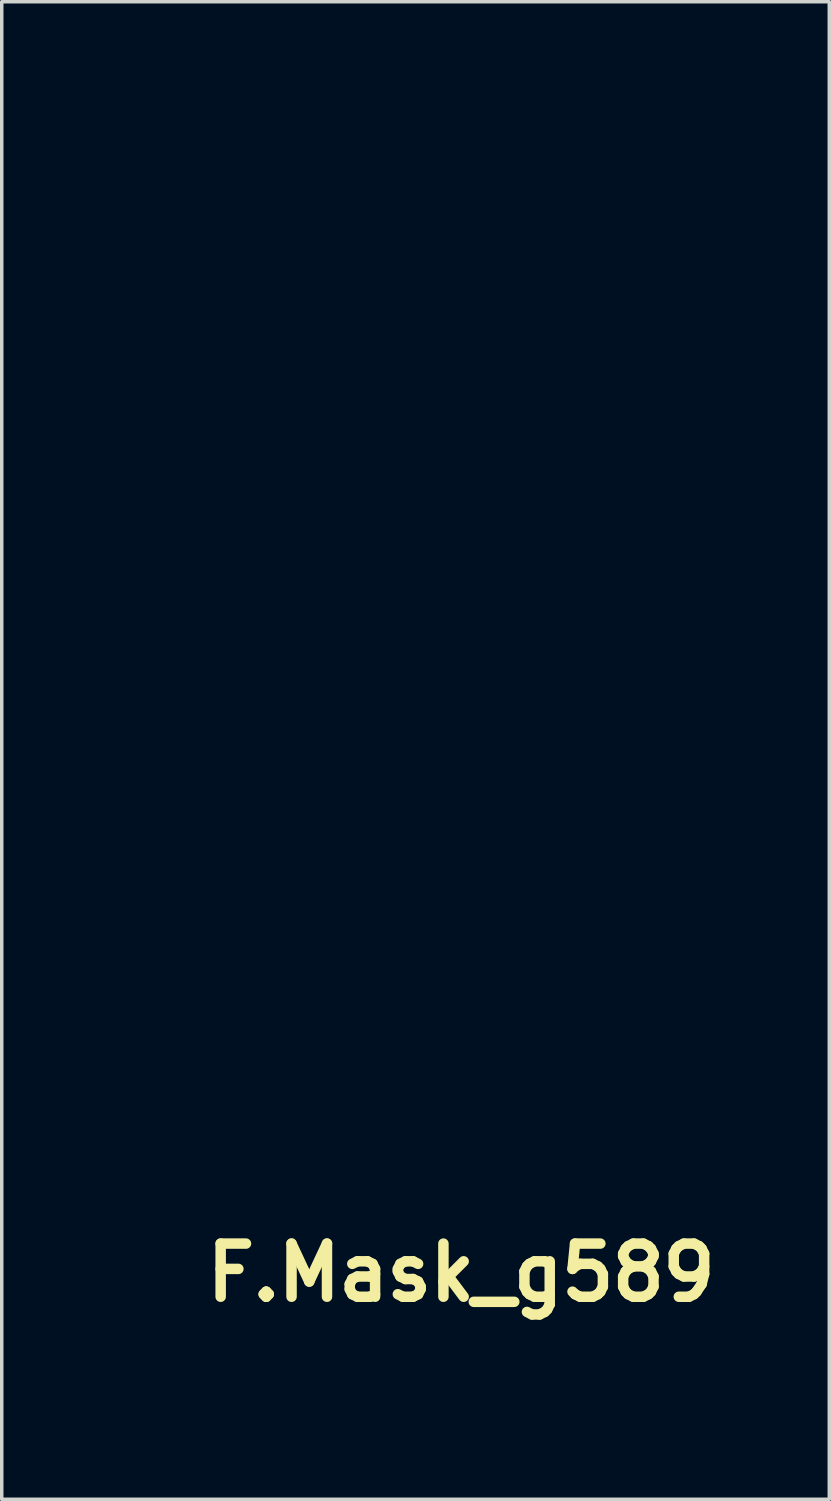
<source format=kicad_pcb>
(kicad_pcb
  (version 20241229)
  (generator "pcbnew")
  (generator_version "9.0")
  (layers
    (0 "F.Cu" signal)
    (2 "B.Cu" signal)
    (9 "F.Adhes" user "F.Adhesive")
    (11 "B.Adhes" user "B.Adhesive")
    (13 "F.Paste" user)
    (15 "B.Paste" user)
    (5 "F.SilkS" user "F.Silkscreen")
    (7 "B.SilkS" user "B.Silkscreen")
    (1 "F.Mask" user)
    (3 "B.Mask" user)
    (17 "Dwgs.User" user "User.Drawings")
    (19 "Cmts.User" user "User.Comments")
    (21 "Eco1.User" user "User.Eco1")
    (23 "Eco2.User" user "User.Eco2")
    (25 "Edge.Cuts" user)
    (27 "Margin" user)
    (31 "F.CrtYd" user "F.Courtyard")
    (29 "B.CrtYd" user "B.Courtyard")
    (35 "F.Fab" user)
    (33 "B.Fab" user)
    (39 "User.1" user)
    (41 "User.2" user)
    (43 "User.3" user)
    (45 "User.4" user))
  (footprint "F.Mask_g589"
    (layer "F.Cu")
    (at 10.171 33.439)
    (property "Reference" "F.Mask_g589" (at 0 0 0) (layer "F.SilkS") (effects (font (size 1.524 1.524) (thickness 0.3))))
    (attr through_hole)
    (fp_poly (pts (xy 1.789 -26.363) (xy 1.922 -26.369) (xy 1.993 -26.372) (xy 2.031 -26.366) (xy 2.039 -26.346) (xy 2.017 -26.306) (xy 1.969 -26.239) (xy 1.96 -26.227) (xy 1.906 -26.155) (xy 1.98 -26.053) (xy 2.019 -25.996) (xy 2.046 -25.953) (xy 2.053 -25.937) (xy 2.034 -25.931) (xy 1.984 -25.931) (xy 1.917 -25.934) (xy 1.781 -25.945) (xy 1.734 -25.831) (xy 1.707 -25.768) (xy 1.684 -25.722) (xy 1.673 -25.707) (xy 1.657 -25.72) (xy 1.63 -25.762) (xy 1.599 -25.822) (xy 1.54 -25.945) (xy 1.403 -25.934) (xy 1.265 -25.923) (xy 1.343 -26.04) (xy 1.421 -26.158) (xy 1.343 -26.267) (xy 1.264 -26.376) (xy 1.4 -26.369) (xy 1.535 -26.363) (xy 1.668 -26.617) (xy 1.789 -26.363)) (stroke (width 0.01) (type solid)) (fill yes) (layer "F.Mask"))
    (fp_poly (pts (xy -6.485 -22.257) (xy -6.457 -22.207) (xy -6.435 -22.163) (xy -6.385 -22.055) (xy -6.248 -22.069) (xy -6.178 -22.076) (xy -6.139 -22.075) (xy -6.129 -22.06) (xy -6.146 -22.024) (xy -6.189 -21.96) (xy -6.206 -21.935) (xy -6.266 -21.845) (xy -6.19 -21.739) (xy -6.113 -21.632) (xy -6.395 -21.632) (xy -6.446 -21.516) (xy -6.475 -21.454) (xy -6.497 -21.412) (xy -6.507 -21.399) (xy -6.52 -21.417) (xy -6.544 -21.463) (xy -6.57 -21.516) (xy -6.623 -21.632) (xy -6.904 -21.632) (xy -6.828 -21.739) (xy -6.751 -21.845) (xy -6.812 -21.935) (xy -6.861 -22.008) (xy -6.886 -22.052) (xy -6.885 -22.073) (xy -6.855 -22.077) (xy -6.795 -22.072) (xy -6.77 -22.069) (xy -6.634 -22.055) (xy -6.576 -22.173) (xy -6.544 -22.233) (xy -6.517 -22.271) (xy -6.502 -22.28) (xy -6.485 -22.257)) (stroke (width 0.01) (type solid)) (fill yes) (layer "F.Mask"))
    (fp_poly (pts (xy 1.343 -20.962) (xy 1.4 -20.833) (xy 1.536 -20.844) (xy 1.606 -20.848) (xy 1.655 -20.847) (xy 1.672 -20.842) (xy 1.661 -20.818) (xy 1.631 -20.772) (xy 1.599 -20.726) (xy 1.525 -20.623) (xy 1.579 -20.551) (xy 1.632 -20.478) (xy 1.658 -20.434) (xy 1.655 -20.411) (xy 1.622 -20.405) (xy 1.557 -20.408) (xy 1.539 -20.41) (xy 1.4 -20.421) (xy 1.346 -20.296) (xy 1.318 -20.232) (xy 1.295 -20.187) (xy 1.285 -20.172) (xy 1.273 -20.189) (xy 1.248 -20.235) (xy 1.218 -20.296) (xy 1.159 -20.421) (xy 1.02 -20.409) (xy 0.88 -20.398) (xy 1.04 -20.62) (xy 0.98 -20.708) (xy 0.931 -20.781) (xy 0.905 -20.824) (xy 0.906 -20.845) (xy 0.935 -20.851) (xy 0.995 -20.847) (xy 1.021 -20.844) (xy 1.158 -20.833) (xy 1.285 -21.091) (xy 1.343 -20.962)) (stroke (width 0.01) (type solid)) (fill yes) (layer "F.Mask"))
    (fp_poly (pts (xy 4.819 -20.006) (xy 4.846 -19.961) (xy 4.875 -19.906) (xy 4.933 -19.788) (xy 5.211 -19.817) (xy 5.132 -19.698) (xy 5.052 -19.578) (xy 5.116 -19.489) (xy 5.154 -19.433) (xy 5.183 -19.391) (xy 5.191 -19.377) (xy 5.18 -19.366) (xy 5.127 -19.362) (xy 5.062 -19.364) (xy 4.921 -19.371) (xy 4.812 -19.124) (xy 4.75 -19.247) (xy 4.689 -19.371) (xy 4.556 -19.364) (xy 4.488 -19.363) (xy 4.44 -19.366) (xy 4.424 -19.373) (xy 4.435 -19.398) (xy 4.465 -19.444) (xy 4.487 -19.477) (xy 4.524 -19.531) (xy 4.546 -19.574) (xy 4.55 -19.588) (xy 4.538 -19.617) (xy 4.507 -19.666) (xy 4.487 -19.694) (xy 4.45 -19.746) (xy 4.427 -19.785) (xy 4.424 -19.796) (xy 4.443 -19.804) (xy 4.494 -19.806) (xy 4.556 -19.802) (xy 4.688 -19.788) (xy 4.739 -19.906) (xy 4.767 -19.968) (xy 4.791 -20.011) (xy 4.803 -20.024) (xy 4.819 -20.006)) (stroke (width 0.01) (type solid)) (fill yes) (layer "F.Mask"))
    (fp_poly (pts (xy 2.109 -17.942) (xy 2.17 -17.818) (xy 2.302 -17.827) (xy 2.37 -17.829) (xy 2.418 -17.828) (xy 2.434 -17.823) (xy 2.423 -17.801) (xy 2.393 -17.756) (xy 2.361 -17.709) (xy 2.289 -17.607) (xy 2.361 -17.506) (xy 2.401 -17.449) (xy 2.427 -17.406) (xy 2.434 -17.389) (xy 2.415 -17.383) (xy 2.365 -17.382) (xy 2.299 -17.387) (xy 2.164 -17.402) (xy 2.115 -17.284) (xy 2.087 -17.222) (xy 2.063 -17.179) (xy 2.051 -17.166) (xy 2.034 -17.184) (xy 2.008 -17.23) (xy 1.981 -17.284) (xy 1.927 -17.402) (xy 1.786 -17.387) (xy 1.715 -17.38) (xy 1.675 -17.38) (xy 1.665 -17.394) (xy 1.682 -17.43) (xy 1.724 -17.492) (xy 1.743 -17.52) (xy 1.803 -17.608) (xy 1.741 -17.699) (xy 1.703 -17.756) (xy 1.674 -17.8) (xy 1.665 -17.815) (xy 1.671 -17.827) (xy 1.709 -17.832) (xy 1.785 -17.828) (xy 1.787 -17.828) (xy 1.923 -17.817) (xy 2.049 -18.066) (xy 2.109 -17.942)) (stroke (width 0.01) (type solid)) (fill yes) (layer "F.Mask"))
    (fp_poly (pts (xy -6.29 -25.763) (xy -6.265 -25.716) (xy -6.242 -25.663) (xy -6.193 -25.546) (xy -6.06 -25.56) (xy -5.991 -25.565) (xy -5.943 -25.564) (xy -5.927 -25.558) (xy -5.938 -25.534) (xy -5.968 -25.487) (xy -5.998 -25.443) (xy -6.07 -25.344) (xy -5.998 -25.245) (xy -5.959 -25.189) (xy -5.933 -25.146) (xy -5.927 -25.13) (xy -5.946 -25.123) (xy -5.996 -25.12) (xy -6.061 -25.121) (xy -6.195 -25.128) (xy -6.246 -25.01) (xy -6.275 -24.948) (xy -6.299 -24.905) (xy -6.31 -24.892) (xy -6.325 -24.91) (xy -6.35 -24.956) (xy -6.374 -25.009) (xy -6.424 -25.126) (xy -6.562 -25.122) (xy -6.637 -25.12) (xy -6.676 -25.127) (xy -6.682 -25.15) (xy -6.657 -25.194) (xy -6.623 -25.245) (xy -6.588 -25.298) (xy -6.566 -25.335) (xy -6.562 -25.346) (xy -6.573 -25.368) (xy -6.603 -25.414) (xy -6.64 -25.467) (xy -6.719 -25.576) (xy -6.435 -25.547) (xy -6.377 -25.664) (xy -6.345 -25.725) (xy -6.319 -25.768) (xy -6.305 -25.781) (xy -6.29 -25.763)) (stroke (width 0.01) (type solid)) (fill yes) (layer "F.Mask"))
    (fp_poly (pts (xy -8.827 -20.448) (xy -8.801 -20.406) (xy -8.774 -20.35) (xy -8.72 -20.229) (xy -8.583 -20.242) (xy -8.513 -20.247) (xy -8.464 -20.248) (xy -8.445 -20.245) (xy -8.457 -20.224) (xy -8.486 -20.179) (xy -8.521 -20.13) (xy -8.597 -20.025) (xy -8.535 -19.934) (xy -8.487 -19.862) (xy -8.463 -19.819) (xy -8.466 -19.799) (xy -8.498 -19.796) (xy -8.562 -19.802) (xy -8.581 -19.804) (xy -8.72 -19.818) (xy -8.773 -19.698) (xy -8.802 -19.636) (xy -8.826 -19.593) (xy -8.837 -19.579) (xy -8.851 -19.597) (xy -8.878 -19.642) (xy -8.906 -19.698) (xy -8.964 -19.817) (xy -9.096 -19.803) (xy -9.165 -19.798) (xy -9.212 -19.799) (xy -9.229 -19.804) (xy -9.217 -19.827) (xy -9.188 -19.873) (xy -9.155 -19.921) (xy -9.081 -20.024) (xy -9.155 -20.127) (xy -9.194 -20.183) (xy -9.221 -20.226) (xy -9.229 -20.242) (xy -9.21 -20.247) (xy -9.159 -20.247) (xy -9.096 -20.243) (xy -8.963 -20.23) (xy -8.912 -20.34) (xy -8.881 -20.402) (xy -8.855 -20.446) (xy -8.844 -20.46) (xy -8.827 -20.448)) (stroke (width 0.01) (type solid)) (fill yes) (layer "F.Mask"))
    (fp_poly (pts (xy -1.129 -31.887) (xy -1.102 -31.838) (xy -1.079 -31.791) (xy -1.028 -31.682) (xy -0.895 -31.695) (xy -0.826 -31.701) (xy -0.778 -31.701) (xy -0.762 -31.697) (xy -0.773 -31.674) (xy -0.801 -31.628) (xy -0.834 -31.577) (xy -0.907 -31.47) (xy -0.834 -31.369) (xy -0.795 -31.313) (xy -0.769 -31.272) (xy -0.762 -31.256) (xy -0.781 -31.251) (xy -0.831 -31.252) (xy -0.895 -31.256) (xy -1.027 -31.268) (xy -1.079 -31.159) (xy -1.11 -31.097) (xy -1.135 -31.053) (xy -1.147 -31.038) (xy -1.163 -31.051) (xy -1.19 -31.093) (xy -1.217 -31.149) (xy -1.27 -31.269) (xy -1.408 -31.256) (xy -1.478 -31.251) (xy -1.527 -31.25) (xy -1.545 -31.253) (xy -1.534 -31.274) (xy -1.504 -31.319) (xy -1.47 -31.368) (xy -1.394 -31.473) (xy -1.455 -31.564) (xy -1.504 -31.636) (xy -1.528 -31.679) (xy -1.525 -31.699) (xy -1.493 -31.703) (xy -1.429 -31.697) (xy -1.409 -31.695) (xy -1.27 -31.681) (xy -1.216 -31.8) (xy -1.185 -31.861) (xy -1.159 -31.9) (xy -1.146 -31.91) (xy -1.129 -31.887)) (stroke (width 0.01) (type solid)) (fill yes) (layer "F.Mask"))
    (fp_poly (pts (xy -0.661 -27.901) (xy -0.636 -27.854) (xy -0.613 -27.8) (xy -0.565 -27.681) (xy -0.43 -27.695) (xy -0.362 -27.699) (xy -0.313 -27.697) (xy -0.296 -27.69) (xy -0.308 -27.664) (xy -0.338 -27.618) (xy -0.359 -27.589) (xy -0.396 -27.537) (xy -0.419 -27.497) (xy -0.423 -27.485) (xy -0.412 -27.457) (xy -0.384 -27.407) (xy -0.36 -27.369) (xy -0.325 -27.313) (xy -0.302 -27.273) (xy -0.296 -27.26) (xy -0.316 -27.254) (xy -0.366 -27.254) (xy -0.43 -27.257) (xy -0.564 -27.268) (xy -0.615 -27.149) (xy -0.644 -27.087) (xy -0.667 -27.044) (xy -0.678 -27.03) (xy -0.693 -27.047) (xy -0.719 -27.093) (xy -0.748 -27.149) (xy -0.807 -27.268) (xy -0.932 -27.257) (xy -1.006 -27.254) (xy -1.05 -27.259) (xy -1.058 -27.267) (xy -1.047 -27.294) (xy -1.017 -27.343) (xy -0.992 -27.38) (xy -0.925 -27.473) (xy -1.004 -27.592) (xy -1.082 -27.711) (xy -0.944 -27.696) (xy -0.806 -27.681) (xy -0.748 -27.8) (xy -0.716 -27.862) (xy -0.689 -27.905) (xy -0.675 -27.919) (xy -0.661 -27.901)) (stroke (width 0.01) (type solid)) (fill yes) (layer "F.Mask"))
    (fp_poly (pts (xy -7.078 -17.973) (xy -7.054 -17.927) (xy -7.029 -17.873) (xy -6.978 -17.756) (xy -6.844 -17.762) (xy -6.775 -17.764) (xy -6.727 -17.76) (xy -6.71 -17.752) (xy -6.721 -17.726) (xy -6.749 -17.678) (xy -6.773 -17.642) (xy -6.809 -17.588) (xy -6.832 -17.55) (xy -6.837 -17.538) (xy -6.825 -17.516) (xy -6.796 -17.47) (xy -6.758 -17.417) (xy -6.68 -17.307) (xy -6.965 -17.334) (xy -7.022 -17.218) (xy -7.053 -17.157) (xy -7.079 -17.116) (xy -7.091 -17.103) (xy -7.106 -17.12) (xy -7.133 -17.165) (xy -7.16 -17.219) (xy -7.217 -17.335) (xy -7.344 -17.322) (xy -7.418 -17.317) (xy -7.462 -17.321) (xy -7.472 -17.329) (xy -7.46 -17.356) (xy -7.43 -17.404) (xy -7.409 -17.432) (xy -7.372 -17.485) (xy -7.349 -17.526) (xy -7.345 -17.539) (xy -7.357 -17.568) (xy -7.386 -17.617) (xy -7.408 -17.65) (xy -7.445 -17.703) (xy -7.468 -17.742) (xy -7.472 -17.753) (xy -7.453 -17.761) (xy -7.402 -17.764) (xy -7.337 -17.762) (xy -7.202 -17.755) (xy -7.153 -17.874) (xy -7.126 -17.936) (xy -7.103 -17.978) (xy -7.092 -17.991) (xy -7.078 -17.973)) (stroke (width 0.01) (type solid)) (fill yes) (layer "F.Mask"))
    (fp_poly (pts (xy -8.791 -14.418) (xy -8.764 -14.373) (xy -8.735 -14.316) (xy -8.676 -14.197) (xy -8.538 -14.211) (xy -8.467 -14.218) (xy -8.427 -14.217) (xy -8.418 -14.201) (xy -8.437 -14.164) (xy -8.482 -14.099) (xy -8.495 -14.081) (xy -8.559 -13.991) (xy -8.495 -13.901) (xy -8.446 -13.831) (xy -8.422 -13.789) (xy -8.426 -13.77) (xy -8.46 -13.766) (xy -8.526 -13.771) (xy -8.539 -13.773) (xy -8.676 -13.785) (xy -8.734 -13.666) (xy -8.767 -13.604) (xy -8.794 -13.561) (xy -8.807 -13.547) (xy -8.822 -13.565) (xy -8.846 -13.611) (xy -8.87 -13.666) (xy -8.918 -13.785) (xy -9.052 -13.774) (xy -9.121 -13.771) (xy -9.17 -13.773) (xy -9.186 -13.779) (xy -9.175 -13.803) (xy -9.146 -13.85) (xy -9.123 -13.882) (xy -9.086 -13.937) (xy -9.064 -13.982) (xy -9.06 -13.996) (xy -9.072 -14.028) (xy -9.103 -14.078) (xy -9.123 -14.106) (xy -9.16 -14.158) (xy -9.183 -14.196) (xy -9.186 -14.207) (xy -9.167 -14.214) (xy -9.117 -14.216) (xy -9.052 -14.211) (xy -8.918 -14.198) (xy -8.87 -14.317) (xy -8.842 -14.379) (xy -8.819 -14.423) (xy -8.807 -14.436) (xy -8.791 -14.418)) (stroke (width 0.01) (type solid)) (fill yes) (layer "F.Mask"))
    (fp_poly (pts (xy -7.837 -24.176) (xy -7.811 -24.129) (xy -7.787 -24.075) (xy -7.736 -23.957) (xy -7.604 -23.969) (xy -7.536 -23.972) (xy -7.488 -23.971) (xy -7.472 -23.965) (xy -7.483 -23.94) (xy -7.511 -23.893) (xy -7.535 -23.855) (xy -7.571 -23.799) (xy -7.594 -23.757) (xy -7.599 -23.744) (xy -7.587 -23.718) (xy -7.558 -23.672) (xy -7.535 -23.64) (xy -7.499 -23.587) (xy -7.476 -23.547) (xy -7.472 -23.535) (xy -7.491 -23.528) (xy -7.541 -23.526) (xy -7.604 -23.53) (xy -7.737 -23.543) (xy -7.786 -23.424) (xy -7.815 -23.361) (xy -7.84 -23.318) (xy -7.853 -23.305) (xy -7.869 -23.322) (xy -7.895 -23.369) (xy -7.919 -23.423) (xy -7.969 -23.542) (xy -8.101 -23.532) (xy -8.17 -23.529) (xy -8.218 -23.532) (xy -8.234 -23.539) (xy -8.222 -23.565) (xy -8.193 -23.613) (xy -8.167 -23.652) (xy -8.101 -23.746) (xy -8.167 -23.85) (xy -8.203 -23.908) (xy -8.227 -23.951) (xy -8.234 -23.967) (xy -8.215 -23.972) (xy -8.165 -23.973) (xy -8.102 -23.969) (xy -7.969 -23.957) (xy -7.919 -24.075) (xy -7.89 -24.138) (xy -7.866 -24.18) (xy -7.853 -24.194) (xy -7.837 -24.176)) (stroke (width 0.01) (type solid)) (fill yes) (layer "F.Mask"))
    (fp_poly (pts (xy 0.398 -24.451) (xy 0.423 -24.404) (xy 0.447 -24.35) (xy 0.496 -24.232) (xy 0.629 -24.24) (xy 0.698 -24.242) (xy 0.746 -24.238) (xy 0.762 -24.23) (xy 0.751 -24.204) (xy 0.722 -24.155) (xy 0.697 -24.117) (xy 0.632 -24.022) (xy 0.697 -23.921) (xy 0.732 -23.863) (xy 0.756 -23.819) (xy 0.762 -23.803) (xy 0.743 -23.796) (xy 0.693 -23.796) (xy 0.635 -23.8) (xy 0.509 -23.815) (xy 0.451 -23.697) (xy 0.419 -23.636) (xy 0.392 -23.593) (xy 0.379 -23.58) (xy 0.364 -23.598) (xy 0.339 -23.644) (xy 0.315 -23.697) (xy 0.265 -23.814) (xy 0.132 -23.8) (xy 0.059 -23.795) (xy 0.012 -23.799) (xy 0 -23.806) (xy 0.012 -23.834) (xy 0.042 -23.881) (xy 0.063 -23.909) (xy 0.1 -23.962) (xy 0.123 -24.002) (xy 0.126 -24.014) (xy 0.116 -24.042) (xy 0.088 -24.092) (xy 0.064 -24.13) (xy 0.028 -24.185) (xy 0.005 -24.225) (xy 0.000091 -24.237) (xy 0.019 -24.242) (xy 0.069 -24.243) (xy 0.135 -24.24) (xy 0.269 -24.231) (xy 0.318 -24.35) (xy 0.347 -24.413) (xy 0.37 -24.456) (xy 0.383 -24.469) (xy 0.398 -24.451)) (stroke (width 0.01) (type solid)) (fill yes) (layer "F.Mask"))
    (fp_poly (pts (xy 5.2 -15.773) (xy 5.227 -15.727) (xy 5.256 -15.672) (xy 5.314 -15.554) (xy 5.454 -15.569) (xy 5.529 -15.576) (xy 5.568 -15.574) (xy 5.576 -15.557) (xy 5.553 -15.518) (xy 5.502 -15.451) (xy 5.5 -15.449) (xy 5.464 -15.399) (xy 5.442 -15.361) (xy 5.44 -15.352) (xy 5.452 -15.325) (xy 5.481 -15.278) (xy 5.494 -15.26) (xy 5.545 -15.191) (xy 5.569 -15.149) (xy 5.562 -15.129) (xy 5.523 -15.124) (xy 5.45 -15.128) (xy 5.444 -15.128) (xy 5.302 -15.137) (xy 5.247 -15.014) (xy 5.192 -14.891) (xy 5.131 -15.015) (xy 5.069 -15.138) (xy 4.937 -15.13) (xy 4.869 -15.127) (xy 4.821 -15.129) (xy 4.805 -15.133) (xy 4.816 -15.156) (xy 4.844 -15.202) (xy 4.868 -15.24) (xy 4.904 -15.296) (xy 4.927 -15.338) (xy 4.932 -15.353) (xy 4.921 -15.379) (xy 4.892 -15.426) (xy 4.868 -15.462) (xy 4.833 -15.517) (xy 4.81 -15.556) (xy 4.805 -15.568) (xy 4.824 -15.573) (xy 4.874 -15.573) (xy 4.937 -15.569) (xy 5.069 -15.555) (xy 5.12 -15.673) (xy 5.148 -15.735) (xy 5.172 -15.777) (xy 5.184 -15.79) (xy 5.2 -15.773)) (stroke (width 0.01) (type solid)) (fill yes) (layer "F.Mask"))
    (fp_poly (pts (xy -9.552 -16.62) (xy -9.526 -16.574) (xy -9.5 -16.524) (xy -9.445 -16.412) (xy -9.315 -16.421) (xy -9.248 -16.424) (xy -9.201 -16.422) (xy -9.186 -16.416) (xy -9.197 -16.391) (xy -9.226 -16.345) (xy -9.25 -16.309) (xy -9.286 -16.255) (xy -9.309 -16.215) (xy -9.313 -16.203) (xy -9.302 -16.179) (xy -9.274 -16.133) (xy -9.25 -16.097) (xy -9.214 -16.043) (xy -9.191 -16.003) (xy -9.186 -15.99) (xy -9.206 -15.984) (xy -9.255 -15.982) (xy -9.317 -15.985) (xy -9.447 -15.995) (xy -9.502 -15.871) (xy -9.531 -15.808) (xy -9.555 -15.764) (xy -9.567 -15.749) (xy -9.581 -15.767) (xy -9.605 -15.813) (xy -9.632 -15.869) (xy -9.685 -15.989) (xy -9.817 -15.983) (xy -9.885 -15.982) (xy -9.933 -15.986) (xy -9.948 -15.991) (xy -9.937 -16.015) (xy -9.909 -16.061) (xy -9.885 -16.097) (xy -9.849 -16.152) (xy -9.826 -16.191) (xy -9.821 -16.203) (xy -9.832 -16.227) (xy -9.861 -16.273) (xy -9.885 -16.309) (xy -9.921 -16.363) (xy -9.944 -16.403) (xy -9.948 -16.416) (xy -9.929 -16.422) (xy -9.879 -16.424) (xy -9.819 -16.421) (xy -9.69 -16.412) (xy -9.635 -16.524) (xy -9.604 -16.584) (xy -9.579 -16.625) (xy -9.567 -16.637) (xy -9.552 -16.62)) (stroke (width 0.01) (type solid)) (fill yes) (layer "F.Mask"))
    (fp_poly (pts (xy 4.057 -23.16) (xy 4.081 -23.113) (xy 4.104 -23.061) (xy 4.153 -22.945) (xy 4.288 -22.945) (xy 4.358 -22.943) (xy 4.407 -22.939) (xy 4.424 -22.934) (xy 4.412 -22.912) (xy 4.383 -22.868) (xy 4.36 -22.835) (xy 4.324 -22.781) (xy 4.301 -22.738) (xy 4.297 -22.725) (xy 4.31 -22.695) (xy 4.34 -22.647) (xy 4.361 -22.618) (xy 4.398 -22.566) (xy 4.42 -22.526) (xy 4.424 -22.515) (xy 4.404 -22.505) (xy 4.351 -22.505) (xy 4.297 -22.509) (xy 4.17 -22.523) (xy 4.113 -22.406) (xy 4.081 -22.345) (xy 4.055 -22.302) (xy 4.043 -22.288) (xy 4.028 -22.306) (xy 4.001 -22.351) (xy 3.973 -22.406) (xy 3.915 -22.523) (xy 3.789 -22.509) (xy 3.716 -22.504) (xy 3.672 -22.507) (xy 3.662 -22.515) (xy 3.674 -22.542) (xy 3.704 -22.589) (xy 3.725 -22.618) (xy 3.762 -22.671) (xy 3.785 -22.712) (xy 3.788 -22.724) (xy 3.777 -22.753) (xy 3.747 -22.801) (xy 3.726 -22.83) (xy 3.689 -22.881) (xy 3.666 -22.919) (xy 3.662 -22.929) (xy 3.681 -22.937) (xy 3.732 -22.943) (xy 3.797 -22.945) (xy 3.932 -22.945) (xy 3.979 -23.061) (xy 4.007 -23.123) (xy 4.03 -23.165) (xy 4.041 -23.177) (xy 4.057 -23.16)) (stroke (width 0.01) (type solid)) (fill yes) (layer "F.Mask"))
    (fp_poly (pts (xy 3.524 -0.475) (xy 3.529 -0.437) (xy 3.525 -0.364) (xy 3.525 -0.355) (xy 3.52 -0.291) (xy 3.514 -0.195) (xy 3.507 -0.075) (xy 3.5 0.059) (xy 3.492 0.199) (xy 3.492 0.201) (xy 3.482 0.412) (xy 3.47 0.637) (xy 3.458 0.872) (xy 3.445 1.114) (xy 3.432 1.359) (xy 3.419 1.603) (xy 3.406 1.841) (xy 3.393 2.07) (xy 3.381 2.286) (xy 3.37 2.484) (xy 3.359 2.662) (xy 3.35 2.814) (xy 3.343 2.937) (xy 3.337 3.026) (xy 3.333 3.079) (xy 3.332 3.087) (xy 3.32 3.2) (xy 3.186 3.261) (xy 3.132 3.284) (xy 3.053 3.315) (xy 2.959 3.35) (xy 2.859 3.387) (xy 2.759 3.423) (xy 2.67 3.454) (xy 2.599 3.478) (xy 2.556 3.491) (xy 2.548 3.493) (xy 2.534 3.476) (xy 2.526 3.455) (xy 2.456 3.307) (xy 2.343 3.156) (xy 2.189 3.001) (xy 1.992 2.843) (xy 1.753 2.681) (xy 1.667 2.629) (xy 1.595 2.586) (xy 1.504 2.536) (xy 1.404 2.481) (xy 1.303 2.426) (xy 1.208 2.377) (xy 1.129 2.337) (xy 1.074 2.31) (xy 1.056 2.303) (xy 1.052 2.281) (xy 1.065 2.227) (xy 1.094 2.148) (xy 1.135 2.048) (xy 1.187 1.935) (xy 1.216 1.875) (xy 2.02 1.875) (xy 2.021 1.999) (xy 2.06 2.119) (xy 2.134 2.225) (xy 2.173 2.26) (xy 2.241 2.316) (xy 2.331 2.387) (xy 2.438 2.469) (xy 2.557 2.557) (xy 2.635 2.614) (xy 3.059 2.922) (xy 3.065 2.81) (xy 3.065 2.769) (xy 3.064 2.69) (xy 3.062 2.577) (xy 3.059 2.433) (xy 3.054 2.264) (xy 3.049 2.071) (xy 3.043 1.861) (xy 3.036 1.637) (xy 3.029 1.402) (xy 3.028 1.389) (xy 3.021 1.157) (xy 3.013 0.939) (xy 3.006 0.737) (xy 3 0.555) (xy 2.994 0.397) (xy 2.989 0.266) (xy 2.985 0.166) (xy 2.981 0.1) (xy 2.979 0.073) (xy 2.979 0.072) (xy 2.968 0.089) (xy 2.939 0.139) (xy 2.894 0.22) (xy 2.834 0.326) (xy 2.763 0.456) (xy 2.681 0.604) (xy 2.591 0.768) (xy 2.503 0.928) (xy 2.389 1.141) (xy 2.287 1.331) (xy 2.2 1.497) (xy 2.128 1.637) (xy 2.074 1.748) (xy 2.038 1.827) (xy 2.021 1.872) (xy 2.02 1.875) (xy 1.216 1.875) (xy 1.246 1.814) (xy 1.309 1.689) (xy 1.375 1.568) (xy 1.409 1.509) (xy 1.662 1.12) (xy 1.95 0.753) (xy 2.27 0.412) (xy 2.619 0.099) (xy 2.995 -0.184) (xy 3.282 -0.368) (xy 3.365 -0.416) (xy 3.437 -0.455) (xy 3.488 -0.48) (xy 3.509 -0.487) (xy 3.524 -0.475)) (stroke (width 0.01) (type solid)) (fill yes) (layer "F.Mask"))
    (fp_poly (pts (xy -0.631 -21.412) (xy -0.565 -21.4) (xy -0.375 -21.34) (xy -0.199 -21.241) (xy -0.039 -21.106) (xy 0.102 -20.938) (xy 0.217 -20.743) (xy 0.256 -20.661) (xy 0.291 -20.571) (xy 0.327 -20.468) (xy 0.365 -20.343) (xy 0.407 -20.19) (xy 0.445 -20.049) (xy 0.542 -19.683) (xy 0.648 -19.299) (xy 0.761 -18.903) (xy 0.879 -18.502) (xy 1 -18.101) (xy 1.123 -17.706) (xy 1.246 -17.324) (xy 1.366 -16.96) (xy 1.482 -16.619) (xy 1.592 -16.309) (xy 1.684 -16.065) (xy 1.804 -15.765) (xy 1.933 -15.478) (xy 2.073 -15.196) (xy 2.23 -14.911) (xy 2.407 -14.614) (xy 2.61 -14.298) (xy 2.673 -14.203) (xy 2.771 -14.057) (xy 2.85 -13.94) (xy 2.914 -13.849) (xy 2.966 -13.778) (xy 3.011 -13.722) (xy 3.052 -13.677) (xy 3.094 -13.636) (xy 3.14 -13.596) (xy 3.161 -13.578) (xy 3.239 -13.51) (xy 3.34 -13.417) (xy 3.457 -13.306) (xy 3.584 -13.183) (xy 3.716 -13.054) (xy 3.847 -12.923) (xy 3.971 -12.798) (xy 4.082 -12.682) (xy 4.175 -12.584) (xy 4.243 -12.507) (xy 4.252 -12.496) (xy 4.366 -12.354) (xy 4.455 -12.225) (xy 4.528 -12.097) (xy 4.591 -11.956) (xy 4.651 -11.788) (xy 4.664 -11.75) (xy 4.758 -11.43) (xy 4.844 -11.08) (xy 4.92 -10.709) (xy 4.984 -10.328) (xy 5.034 -9.949) (xy 5.069 -9.58) (xy 5.086 -9.234) (xy 5.088 -9.112) (xy 5.088 -8.96) (xy 5.086 -8.837) (xy 5.08 -8.731) (xy 5.07 -8.627) (xy 5.054 -8.513) (xy 5.032 -8.377) (xy 5.022 -8.319) (xy 4.995 -8.157) (xy 4.965 -7.972) (xy 4.937 -7.781) (xy 4.911 -7.603) (xy 4.901 -7.525) (xy 4.866 -7.26) (xy 4.837 -7.033) (xy 4.811 -6.839) (xy 4.788 -6.675) (xy 4.769 -6.536) (xy 4.752 -6.419) (xy 4.737 -6.317) (xy 4.722 -6.229) (xy 4.708 -6.149) (xy 4.694 -6.072) (xy 4.679 -5.996) (xy 4.678 -5.99) (xy 4.648 -5.839) (xy 4.623 -5.705) (xy 4.602 -5.581) (xy 4.585 -5.462) (xy 4.572 -5.343) (xy 4.561 -5.218) (xy 4.553 -5.083) (xy 4.548 -4.931) (xy 4.544 -4.757) (xy 4.542 -4.555) (xy 4.541 -4.321) (xy 4.541 -4.117) (xy 4.541 -3.86) (xy 4.542 -3.639) (xy 4.544 -3.446) (xy 4.547 -3.273) (xy 4.552 -3.114) (xy 4.558 -2.962) (xy 4.567 -2.81) (xy 4.578 -2.649) (xy 4.593 -2.474) (xy 4.61 -2.277) (xy 4.625 -2.106) (xy 4.636 -1.979) (xy 4.649 -1.823) (xy 4.662 -1.65) (xy 4.675 -1.471) (xy 4.686 -1.301) (xy 4.688 -1.27) (xy 4.709 -0.968) (xy 4.731 -0.665) (xy 4.754 -0.369) (xy 4.778 -0.085) (xy 4.802 0.179) (xy 4.826 0.414) (xy 4.848 0.615) (xy 4.849 0.624) (xy 4.857 0.69) (xy 4.865 0.75) (xy 4.873 0.808) (xy 4.882 0.867) (xy 4.894 0.93) (xy 4.908 1) (xy 4.925 1.08) (xy 4.946 1.173) (xy 4.972 1.282) (xy 5.003 1.41) (xy 5.041 1.561) (xy 5.086 1.737) (xy 5.138 1.942) (xy 5.199 2.179) (xy 5.269 2.45) (xy 5.348 2.758) (xy 5.353 2.778) (xy 5.394 2.937) (xy 5.43 3.081) (xy 5.46 3.207) (xy 5.484 3.308) (xy 5.5 3.382) (xy 5.507 3.421) (xy 5.507 3.427) (xy 5.486 3.411) (xy 5.449 3.373) (xy 5.424 3.345) (xy 5.316 3.243) (xy 5.181 3.15) (xy 5.035 3.078) (xy 4.979 3.057) (xy 4.837 3.011) (xy 4.788 2.844) (xy 4.713 2.579) (xy 4.635 2.28) (xy 4.556 1.958) (xy 4.477 1.622) (xy 4.402 1.28) (xy 4.331 0.942) (xy 4.268 0.617) (xy 4.213 0.314) (xy 4.192 0.189) (xy 4.151 -0.073) (xy 4.117 -0.302) (xy 4.091 -0.508) (xy 4.07 -0.699) (xy 4.055 -0.884) (xy 4.045 -1.074) (xy 4.038 -1.275) (xy 4.035 -1.499) (xy 4.034 -1.693) (xy 4.032 -2.402) (xy 4.122 -2.995) (xy 4.192 -3.477) (xy 4.25 -3.923) (xy 4.297 -4.337) (xy 4.334 -4.725) (xy 4.359 -5.092) (xy 4.375 -5.441) (xy 4.379 -5.778) (xy 4.374 -6.108) (xy 4.359 -6.435) (xy 4.334 -6.763) (xy 4.307 -7.038) (xy 4.285 -7.268) (xy 4.263 -7.538) (xy 4.243 -7.847) (xy 4.225 -8.192) (xy 4.207 -8.571) (xy 4.191 -8.983) (xy 4.177 -9.425) (xy 4.164 -9.895) (xy 4.158 -10.171) (xy 4.153 -10.358) (xy 4.149 -10.508) (xy 4.144 -10.629) (xy 4.139 -10.725) (xy 4.132 -10.803) (xy 4.123 -10.869) (xy 4.112 -10.928) (xy 4.098 -10.987) (xy 4.096 -10.996) (xy 4.003 -11.285) (xy 3.875 -11.56) (xy 3.709 -11.823) (xy 3.504 -12.079) (xy 3.43 -12.159) (xy 3.081 -12.542) (xy 2.749 -12.934) (xy 2.436 -13.331) (xy 2.145 -13.731) (xy 1.879 -14.129) (xy 1.638 -14.523) (xy 1.426 -14.909) (xy 1.244 -15.283) (xy 1.095 -15.643) (xy 0.998 -15.928) (xy 0.977 -16.005) (xy 0.95 -16.115) (xy 0.919 -16.252) (xy 0.886 -16.408) (xy 0.852 -16.574) (xy 0.819 -16.744) (xy 0.815 -16.764) (xy 0.714 -17.277) (xy 0.612 -17.769) (xy 0.507 -18.237) (xy 0.402 -18.68) (xy 0.296 -19.096) (xy 0.19 -19.483) (xy 0.084 -19.839) (xy -0.02 -20.162) (xy -0.123 -20.449) (xy -0.224 -20.7) (xy -0.322 -20.913) (xy -0.397 -21.051) (xy -0.474 -21.169) (xy -0.555 -21.269) (xy -0.633 -21.343) (xy -0.698 -21.384) (xy -0.729 -21.402) (xy -0.725 -21.413) (xy -0.69 -21.417) (xy -0.631 -21.412)) (stroke (width 0.01) (type solid)) (fill yes) (layer "F.Mask"))
    (fp_poly (pts (xy -3.73 -33.432) (xy -3.576 -33.424) (xy -3.443 -33.41) (xy -3.325 -33.389) (xy -3.216 -33.36) (xy -3.212 -33.359) (xy -3.018 -33.279) (xy -2.833 -33.162) (xy -2.657 -33.009) (xy -2.491 -32.818) (xy -2.333 -32.589) (xy -2.183 -32.32) (xy -2.04 -32.011) (xy -1.903 -31.662) (xy -1.811 -31.39) (xy -1.773 -31.268) (xy -1.741 -31.147) (xy -1.713 -31.023) (xy -1.687 -30.887) (xy -1.664 -30.736) (xy -1.641 -30.562) (xy -1.619 -30.359) (xy -1.596 -30.122) (xy -1.589 -30.046) (xy -1.561 -29.73) (xy -1.538 -29.41) (xy -1.517 -29.081) (xy -1.5 -28.737) (xy -1.486 -28.371) (xy -1.474 -27.977) (xy -1.464 -27.549) (xy -1.461 -27.369) (xy -1.456 -27.094) (xy -1.451 -26.856) (xy -1.445 -26.652) (xy -1.439 -26.476) (xy -1.431 -26.323) (xy -1.422 -26.189) (xy -1.411 -26.069) (xy -1.397 -25.959) (xy -1.381 -25.853) (xy -1.362 -25.747) (xy -1.34 -25.636) (xy -1.321 -25.548) (xy -1.221 -25.166) (xy -1.099 -24.818) (xy -0.952 -24.499) (xy -0.779 -24.207) (xy -0.606 -23.971) (xy -0.464 -23.77) (xy -0.364 -23.566) (xy -0.303 -23.353) (xy -0.28 -23.129) (xy -0.283 -23.008) (xy -0.32 -22.736) (xy -0.398 -22.458) (xy -0.514 -22.177) (xy -0.668 -21.896) (xy -0.796 -21.704) (xy -0.847 -21.632) (xy -0.889 -21.574) (xy -0.914 -21.539) (xy -0.92 -21.531) (xy -0.941 -21.533) (xy -0.994 -21.541) (xy -1.067 -21.555) (xy -1.151 -21.572) (xy -1.236 -21.59) (xy -1.286 -21.601) (xy -1.31 -21.608) (xy -1.318 -21.622) (xy -1.307 -21.649) (xy -1.276 -21.698) (xy -1.252 -21.733) (xy -1.123 -21.947) (xy -1.012 -22.175) (xy -0.92 -22.413) (xy -0.85 -22.655) (xy -0.802 -22.894) (xy -0.777 -23.124) (xy -0.777 -23.34) (xy -0.803 -23.536) (xy -0.852 -23.696) (xy -0.877 -23.748) (xy -0.922 -23.827) (xy -0.982 -23.926) (xy -1.05 -24.035) (xy -1.112 -24.13) (xy -1.186 -24.243) (xy -1.255 -24.352) (xy -1.315 -24.449) (xy -1.36 -24.525) (xy -1.384 -24.568) (xy -1.44 -24.696) (xy -1.496 -24.849) (xy -1.544 -25.011) (xy -1.576 -25.141) (xy -1.603 -25.287) (xy -1.631 -25.474) (xy -1.659 -25.7) (xy -1.689 -25.964) (xy -1.719 -26.264) (xy -1.75 -26.599) (xy -1.781 -26.968) (xy -1.812 -27.368) (xy -1.844 -27.798) (xy -1.875 -28.258) (xy -1.907 -28.745) (xy -1.927 -29.071) (xy -1.949 -29.408) (xy -1.973 -29.71) (xy -2.001 -29.981) (xy -2.033 -30.229) (xy -2.071 -30.459) (xy -2.114 -30.679) (xy -2.164 -30.893) (xy -2.222 -31.11) (xy -2.236 -31.157) (xy -2.357 -31.526) (xy -2.493 -31.856) (xy -2.644 -32.146) (xy -2.81 -32.397) (xy -2.992 -32.609) (xy -3.188 -32.781) (xy -3.4 -32.913) (xy -3.531 -32.973) (xy -3.694 -33.017) (xy -3.879 -33.031) (xy -4.077 -33.017) (xy -4.279 -32.973) (xy -4.286 -32.97) (xy -4.589 -32.859) (xy -4.868 -32.714) (xy -5.122 -32.535) (xy -5.349 -32.325) (xy -5.548 -32.084) (xy -5.72 -31.814) (xy -5.861 -31.516) (xy -5.973 -31.19) (xy -6.033 -30.943) (xy -6.06 -30.799) (xy -6.081 -30.668) (xy -6.093 -30.545) (xy -6.096 -30.423) (xy -6.091 -30.294) (xy -6.078 -30.152) (xy -6.055 -29.991) (xy -6.022 -29.804) (xy -5.98 -29.584) (xy -5.969 -29.527) (xy -5.924 -29.313) (xy -5.878 -29.122) (xy -5.828 -28.944) (xy -5.772 -28.769) (xy -5.704 -28.587) (xy -5.623 -28.388) (xy -5.537 -28.187) (xy -5.382 -27.826) (xy -5.248 -27.495) (xy -5.134 -27.188) (xy -5.036 -26.899) (xy -4.954 -26.622) (xy -4.886 -26.351) (xy -4.829 -26.081) (xy -4.793 -25.876) (xy -4.773 -25.712) (xy -4.758 -25.517) (xy -4.748 -25.302) (xy -4.745 -25.078) (xy -4.748 -24.858) (xy -4.758 -24.651) (xy -4.772 -24.487) (xy -4.811 -24.182) (xy -4.862 -23.841) (xy -4.927 -23.468) (xy -5.003 -23.067) (xy -5.09 -22.641) (xy -5.187 -22.195) (xy -5.293 -21.733) (xy -5.408 -21.259) (xy -5.477 -20.987) (xy -5.617 -20.436) (xy -5.626 -19.658) (xy -5.628 -19.32) (xy -5.626 -19.016) (xy -5.62 -18.74) (xy -5.609 -18.485) (xy -5.592 -18.243) (xy -5.571 -18.007) (xy -5.545 -17.783) (xy -5.52 -17.515) (xy -5.506 -17.207) (xy -5.503 -16.863) (xy -5.511 -16.485) (xy -5.531 -16.075) (xy -5.561 -15.636) (xy -5.603 -15.168) (xy -5.655 -14.676) (xy -5.705 -14.256) (xy -5.762 -13.826) (xy -5.822 -13.42) (xy -5.883 -13.042) (xy -5.946 -12.693) (xy -6.011 -12.376) (xy -6.076 -12.094) (xy -6.14 -11.85) (xy -6.201 -11.657) (xy -6.235 -11.563) (xy -6.283 -11.435) (xy -6.343 -11.28) (xy -6.412 -11.105) (xy -6.487 -10.914) (xy -6.568 -10.714) (xy -6.65 -10.512) (xy -6.732 -10.312) (xy -6.81 -10.121) (xy -6.884 -9.946) (xy -6.949 -9.791) (xy -7.005 -9.664) (xy -7.045 -9.574) (xy -7.282 -9.098) (xy -7.533 -8.66) (xy -7.796 -8.261) (xy -8.072 -7.901) (xy -8.36 -7.58) (xy -8.66 -7.299) (xy -8.972 -7.058) (xy -9.189 -6.918) (xy -9.27 -6.866) (xy -9.319 -6.823) (xy -9.335 -6.795) (xy -9.329 -6.76) (xy -9.313 -6.691) (xy -9.288 -6.592) (xy -9.255 -6.471) (xy -9.218 -6.332) (xy -9.176 -6.183) (xy -9.132 -6.028) (xy -9.087 -5.873) (xy -9.043 -5.724) (xy -9.017 -5.638) (xy -8.884 -5.218) (xy -8.742 -4.792) (xy -8.593 -4.371) (xy -8.443 -3.964) (xy -8.294 -3.581) (xy -8.191 -3.332) (xy -8.049 -3.007) (xy -7.898 -2.685) (xy -7.741 -2.37) (xy -7.58 -2.069) (xy -7.419 -1.786) (xy -7.261 -1.525) (xy -7.108 -1.293) (xy -6.963 -1.094) (xy -6.895 -1.01) (xy -6.811 -0.909) (xy -6.985 -0.439) (xy -7.126 -0.061) (xy -7.264 0.3) (xy -7.398 0.643) (xy -7.527 0.965) (xy -7.65 1.263) (xy -7.765 1.536) (xy -7.873 1.78) (xy -7.971 1.992) (xy -8.059 2.172) (xy -8.136 2.316) (xy -8.185 2.397) (xy -8.223 2.455) (xy -7.895 2.784) (xy -7.568 3.111) (xy -8.564 3.111) (xy -8.696 2.964) (xy -8.828 2.817) (xy -8.582 2.408) (xy -8.433 2.153) (xy -8.289 1.891) (xy -8.152 1.626) (xy -8.025 1.364) (xy -7.91 1.111) (xy -7.809 0.873) (xy -7.726 0.654) (xy -7.662 0.46) (xy -7.63 0.337) (xy -7.593 0.177) (xy -7.769 -0.086) (xy -7.98 -0.393) (xy -8.188 -0.673) (xy -8.404 -0.941) (xy -8.639 -1.211) (xy -8.741 -1.323) (xy -8.911 -1.52) (xy -9.052 -1.712) (xy -9.173 -1.913) (xy -9.239 -2.043) (xy -9.281 -2.133) (xy -9.32 -2.222) (xy -9.356 -2.314) (xy -9.39 -2.413) (xy -9.424 -2.521) (xy -9.457 -2.642) (xy -9.492 -2.78) (xy -9.528 -2.937) (xy -9.567 -3.117) (xy -9.608 -3.325) (xy -9.654 -3.562) (xy -9.705 -3.832) (xy -9.762 -4.14) (xy -9.789 -4.286) (xy -9.863 -4.696) (xy -9.927 -5.067) (xy -9.983 -5.403) (xy -10.03 -5.707) (xy -10.069 -5.98) (xy -10.1 -6.227) (xy -10.124 -6.45) (xy -10.141 -6.652) (xy -10.152 -6.836) (xy -10.154 -6.891) (xy -10.166 -7.253) (xy -10.099 -7.28) (xy -9.961 -7.347) (xy -9.803 -7.441) (xy -9.63 -7.556) (xy -9.45 -7.688) (xy -9.27 -7.832) (xy -9.097 -7.982) (xy -8.992 -8.081) (xy -8.654 -8.437) (xy -8.348 -8.819) (xy -8.071 -9.23) (xy -7.823 -9.672) (xy -7.817 -9.684) (xy -7.724 -9.871) (xy -7.642 -10.046) (xy -7.566 -10.219) (xy -7.494 -10.4) (xy -7.42 -10.597) (xy -7.343 -10.82) (xy -7.291 -10.975) (xy -7.067 -11.688) (xy -6.857 -12.432) (xy -6.663 -13.198) (xy -6.488 -13.976) (xy -6.333 -14.758) (xy -6.234 -15.327) (xy -6.171 -15.745) (xy -6.117 -16.17) (xy -6.071 -16.598) (xy -6.035 -17.023) (xy -6.008 -17.44) (xy -5.991 -17.844) (xy -5.984 -18.229) (xy -5.987 -18.591) (xy -6 -18.923) (xy -6.025 -19.221) (xy -6.032 -19.283) (xy -6.041 -19.392) (xy -6.048 -19.534) (xy -6.052 -19.697) (xy -6.053 -19.872) (xy -6.051 -20.047) (xy -6.046 -20.214) (xy -6.039 -20.361) (xy -6.032 -20.45) (xy -5.98 -20.862) (xy -5.906 -21.272) (xy -5.813 -21.672) (xy -5.702 -22.053) (xy -5.575 -22.407) (xy -5.472 -22.648) (xy -5.396 -22.821) (xy -5.337 -22.974) (xy -5.292 -23.123) (xy -5.255 -23.283) (xy -5.229 -23.429) (xy -5.197 -23.64) (xy -5.173 -23.848) (xy -5.157 -24.065) (xy -5.147 -24.3) (xy -5.144 -24.566) (xy -5.144 -24.617) (xy -5.151 -25.024) (xy -5.174 -25.392) (xy -5.211 -25.724) (xy -5.263 -26.019) (xy -5.331 -26.279) (xy -5.344 -26.32) (xy -5.374 -26.403) (xy -5.419 -26.514) (xy -5.475 -26.646) (xy -5.538 -26.788) (xy -5.605 -26.933) (xy -5.63 -26.988) (xy -5.748 -27.236) (xy -5.85 -27.451) (xy -5.937 -27.637) (xy -6.011 -27.798) (xy -6.074 -27.938) (xy -6.129 -28.063) (xy -6.178 -28.177) (xy -6.221 -28.283) (xy -6.228 -28.3) (xy -6.4 -28.768) (xy -6.533 -29.219) (xy -6.628 -29.654) (xy -6.684 -30.072) (xy -6.702 -30.473) (xy -6.682 -30.857) (xy -6.623 -31.224) (xy -6.525 -31.574) (xy -6.389 -31.906) (xy -6.369 -31.947) (xy -6.209 -32.229) (xy -6.018 -32.492) (xy -5.802 -32.731) (xy -5.565 -32.943) (xy -5.313 -33.122) (xy -5.091 -33.244) (xy -4.974 -33.297) (xy -4.868 -33.339) (xy -4.765 -33.37) (xy -4.656 -33.393) (xy -4.532 -33.41) (xy -4.387 -33.421) (xy -4.21 -33.428) (xy -4.133 -33.43) (xy -3.914 -33.434) (xy -3.73 -33.432)) (stroke (width 0.01) (type solid)) (fill yes) (layer "F.Mask")))
  (gr_rect
    (start -3 -3)
    (end 20.726 39.936)
    (stroke (width 0.1) (type default))
    (fill no)
    (layer "Edge.Cuts")))
</source>
